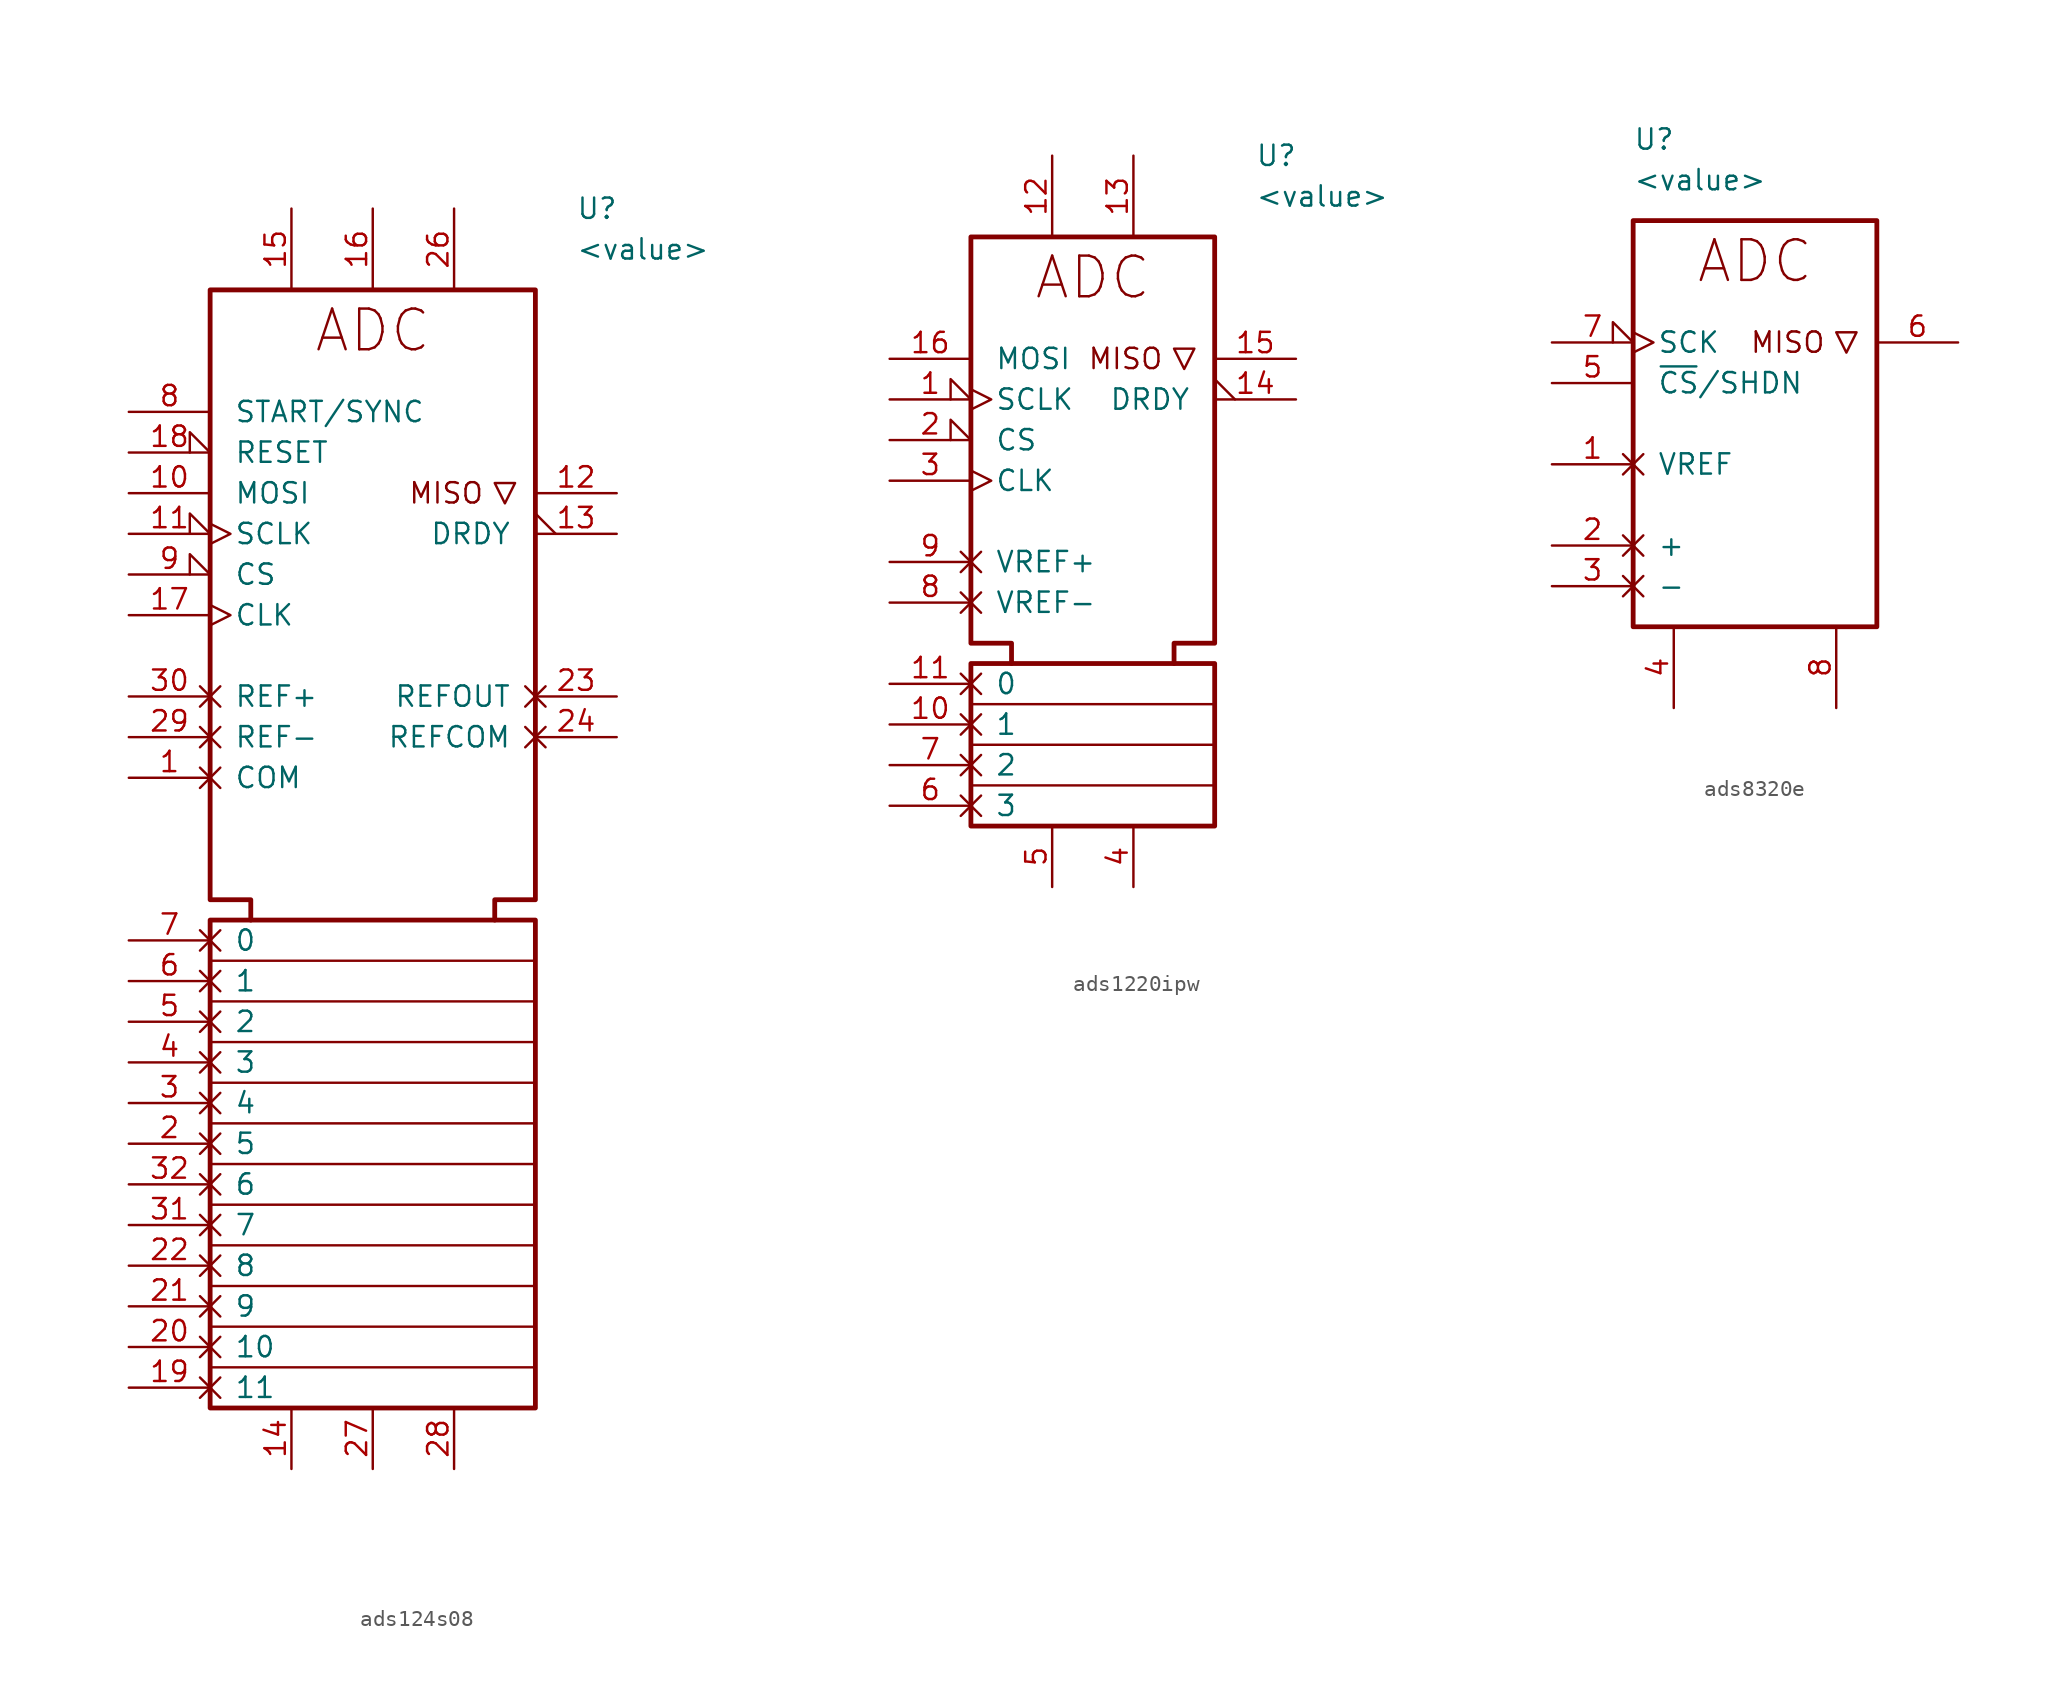
<source format=kicad_sym>
(kicad_symbol_lib
  (version 20231120)
  (generator "kicad_symbol_editor")
  (generator_version "8.0")
  (symbol "ads124s08"
    (pin_names
      (offset 1.5))
    (property "Reference" "U"
      (at 12.7 33.02 0)
      (effects (font (size 1.27 1.27)) (justify left)))
    (property "Value" "<value>"
      (at 12.7 30.48 0)
      (effects (font (size 1.27 1.27)) (justify left)))
    (symbol "ads124s08_0_1"
      (polyline (pts (xy 10.16 -39.37) (xy -10.16 -39.37)) (stroke (width 0) (type default)) (fill (type none)))
      (polyline (pts (xy 10.16 -36.83) (xy -10.16 -36.83)) (stroke (width 0) (type default)) (fill (type none)))
      (polyline (pts (xy 10.16 -34.29) (xy -10.16 -34.29)) (stroke (width 0) (type default)) (fill (type none)))
      (polyline (pts (xy 10.16 -31.75) (xy -10.16 -31.75)) (stroke (width 0) (type default)) (fill (type none)))
      (polyline (pts (xy 10.16 -29.21) (xy -10.16 -29.21)) (stroke (width 0) (type default)) (fill (type none)))
      (polyline (pts (xy 10.16 -26.67) (xy -10.16 -26.67)) (stroke (width 0) (type default)) (fill (type none)))
      (polyline (pts (xy 10.16 -24.13) (xy -10.16 -24.13)) (stroke (width 0) (type default)) (fill (type none)))
      (polyline (pts (xy 10.16 -21.59) (xy -10.16 -21.59)) (stroke (width 0) (type default)) (fill (type none)))
      (polyline (pts (xy 10.16 -19.05) (xy -10.16 -19.05)) (stroke (width 0) (type default)) (fill (type none)))
      (polyline (pts (xy 10.16 -16.51) (xy -10.16 -16.51)) (stroke (width 0) (type default)) (fill (type none)))
      (polyline (pts (xy 10.16 -13.97) (xy -10.16 -13.97)) (stroke (width 0) (type default)) (fill (type none)))
      (polyline (pts (xy 7.62 15.875) (xy 8.89 15.875) (xy 8.255 14.605) (xy 7.62 15.875)) (stroke (width 0) (type default)) (fill (type none))))
    (symbol "ads124s08_1_1"
      (rectangle (start -10.16 -11.43) (end 10.16 -41.91) (stroke (width 0.3) (type default)) (fill (type none)))
      (polyline (pts (xy -7.62 -11.43) (xy -7.62 -10.16) (xy -10.16 -10.16) (xy -10.16 27.94) (xy 10.16 27.94) (xy 10.16 -10.16) (xy 7.62 -10.16) (xy 7.62 -11.43)) (stroke (width 0.3) (type default)) (fill (type none)))
      (text "ADC" (at 0 25.4 0) (effects (font (size 2.54 2.54))))
      (text "MISO" (at 6.985 15.24 0) (effects (font (size 1.27 1.27)) (justify right)))
      (pin input non_logic (at -15.24 -2.54 0) (length 5.08) (name "COM" (effects (font (size 1.27 1.27)))) (number "1" (effects (font (size 1.27 1.27)))))
      (pin input line (at -15.24 15.24 0) (length 5.08) (name "MOSI" (effects (font (size 1.27 1.27)))) (number "10" (effects (font (size 1.27 1.27)))))
      (pin input clock_low (at -15.24 12.7 0) (length 5.08) (name "SCLK" (effects (font (size 1.27 1.27)))) (number "11" (effects (font (size 1.27 1.27)))))
      (pin tri_state line (at 15.24 15.24 180) (length 5.08) (name "" (effects (font (size 1.27 1.27)))) (number "12" (effects (font (size 1.27 1.27)))))
      (pin input output_low (at 15.24 12.7 180) (length 5.08) (name "DRDY" (effects (font (size 1.27 1.27)))) (number "13" (effects (font (size 1.27 1.27)))))
      (pin power_in line (at -5.08 -45.72 90) (length 3.81) (name "" (effects (font (size 1.27 1.27)))) (number "14" (effects (font (size 1.27 1.27)))))
      (pin power_in line (at -5.08 33.02 270) (length 5.08) (name "" (effects (font (size 1.27 1.27)))) (number "15" (effects (font (size 1.27 1.27)))))
      (pin power_in line (at 0 33.02 270) (length 5.08) (name "" (effects (font (size 1.27 1.27)))) (number "16" (effects (font (size 1.27 1.27)))))
      (pin input clock (at -15.24 7.62 0) (length 5.08) (name "CLK" (effects (font (size 1.27 1.27)))) (number "17" (effects (font (size 1.27 1.27)))))
      (pin input input_low (at -15.24 17.78 0) (length 5.08) (name "RESET" (effects (font (size 1.27 1.27)))) (number "18" (effects (font (size 1.27 1.27)))))
      (pin input non_logic (at -15.24 -40.64 0) (length 5.08) (name "11" (effects (font (size 1.27 1.27)))) (number "19" (effects (font (size 1.27 1.27)))))
      (pin input non_logic (at -15.24 -25.4 0) (length 5.08) (name "5" (effects (font (size 1.27 1.27)))) (number "2" (effects (font (size 1.27 1.27)))))
      (pin input non_logic (at -15.24 -38.1 0) (length 5.08) (name "10" (effects (font (size 1.27 1.27)))) (number "20" (effects (font (size 1.27 1.27)))))
      (pin input non_logic (at -15.24 -35.56 0) (length 5.08) (name "9" (effects (font (size 1.27 1.27)))) (number "21" (effects (font (size 1.27 1.27)))))
      (pin input non_logic (at -15.24 -33.02 0) (length 5.08) (name "8" (effects (font (size 1.27 1.27)))) (number "22" (effects (font (size 1.27 1.27)))))
      (pin output non_logic (at 15.24 2.54 180) (length 5.08) (name "REFOUT" (effects (font (size 1.27 1.27)))) (number "23" (effects (font (size 1.27 1.27)))))
      (pin output non_logic (at 15.24 0 180) (length 5.08) (name "REFCOM" (effects (font (size 1.27 1.27)))) (number "24" (effects (font (size 1.27 1.27)))))
      (pin power_in line (at 5.08 33.02 270) (length 5.08) (name "" (effects (font (size 1.27 1.27)))) (number "26" (effects (font (size 1.27 1.27)))))
      (pin power_in line (at 0 -45.72 90) (length 3.81) (name "" (effects (font (size 1.27 1.27)))) (number "27" (effects (font (size 1.27 1.27)))))
      (pin power_in line (at 5.08 -45.72 90) (length 3.81) (name "" (effects (font (size 1.27 1.27)))) (number "28" (effects (font (size 1.27 1.27)))))
      (pin input non_logic (at -15.24 0 0) (length 5.08) (name "REF-" (effects (font (size 1.27 1.27)))) (number "29" (effects (font (size 1.27 1.27)))))
      (pin input non_logic (at -15.24 -22.86 0) (length 5.08) (name "4" (effects (font (size 1.27 1.27)))) (number "3" (effects (font (size 1.27 1.27)))))
      (pin input non_logic (at -15.24 2.54 0) (length 5.08) (name "REF+" (effects (font (size 1.27 1.27)))) (number "30" (effects (font (size 1.27 1.27)))))
      (pin input non_logic (at -15.24 -30.48 0) (length 5.08) (name "7" (effects (font (size 1.27 1.27)))) (number "31" (effects (font (size 1.27 1.27)))))
      (pin input non_logic (at -15.24 -27.94 0) (length 5.08) (name "6" (effects (font (size 1.27 1.27)))) (number "32" (effects (font (size 1.27 1.27)))))
      (pin input non_logic (at -15.24 -20.32 0) (length 5.08) (name "3" (effects (font (size 1.27 1.27)))) (number "4" (effects (font (size 1.27 1.27)))))
      (pin input non_logic (at -15.24 -17.78 0) (length 5.08) (name "2" (effects (font (size 1.27 1.27)))) (number "5" (effects (font (size 1.27 1.27)))))
      (pin input non_logic (at -15.24 -15.24 0) (length 5.08) (name "1" (effects (font (size 1.27 1.27)))) (number "6" (effects (font (size 1.27 1.27)))))
      (pin input non_logic (at -15.24 -12.7 0) (length 5.08) (name "0" (effects (font (size 1.27 1.27)))) (number "7" (effects (font (size 1.27 1.27)))))
      (pin input line (at -15.24 20.32 0) (length 5.08) (name "START/SYNC" (effects (font (size 1.27 1.27)))) (number "8" (effects (font (size 1.27 1.27)))))
      (pin input input_low (at -15.24 10.16 0) (length 5.08) (name "CS" (effects (font (size 1.27 1.27)))) (number "9" (effects (font (size 1.27 1.27)))))))
  (symbol "ads1220ipw"
    (pin_names
      (offset 1.5))
    (property "Reference" "U"
      (at 10.16 20.32 0)
      (effects (font (size 1.27 1.27)) (justify left)))
    (property "Value" "<value>"
      (at 10.16 17.78 0)
      (effects (font (size 1.27 1.27)) (justify left)))
    (symbol "ads1220ipw_0_1"
      (polyline (pts (xy 7.62 -19.05) (xy -7.62 -19.05)) (stroke (width 0) (type default)) (fill (type none)))
      (polyline (pts (xy 7.62 -16.51) (xy -7.62 -16.51)) (stroke (width 0) (type default)) (fill (type none)))
      (polyline (pts (xy 7.62 -13.97) (xy -7.62 -13.97)) (stroke (width 0) (type default)) (fill (type none)))
      (polyline (pts (xy 5.08 8.255) (xy 6.35 8.255) (xy 5.715 6.985) (xy 5.08 8.255)) (stroke (width 0) (type default)) (fill (type none))))
    (symbol "ads1220ipw_1_1"
      (rectangle (start -7.62 -11.43) (end 7.62 -21.59) (stroke (width 0.3) (type default)) (fill (type none)))
      (polyline (pts (xy -5.08 -11.43) (xy -5.08 -10.16) (xy -7.62 -10.16) (xy -7.62 15.24) (xy 7.62 15.24) (xy 7.62 -10.16) (xy 5.08 -10.16) (xy 5.08 -11.43)) (stroke (width 0.3) (type default)) (fill (type none)))
      (text "ADC" (at 0 12.7 0) (effects (font (size 2.54 2.54))))
      (text "MISO" (at 4.445 7.62 0) (effects (font (size 1.27 1.27)) (justify right)))
      (pin input clock_low (at -12.7 5.08 0) (length 5.08) (name "SCLK" (effects (font (size 1.27 1.27)))) (number "1" (effects (font (size 1.27 1.27)))))
      (pin input non_logic (at -12.7 -15.24 0) (length 5.08) (name "1" (effects (font (size 1.27 1.27)))) (number "10" (effects (font (size 1.27 1.27)))))
      (pin input non_logic (at -12.7 -12.7 0) (length 5.08) (name "0" (effects (font (size 1.27 1.27)))) (number "11" (effects (font (size 1.27 1.27)))))
      (pin power_in line (at -2.54 20.32 270) (length 5.08) (name "" (effects (font (size 1.27 1.27)))) (number "12" (effects (font (size 1.27 1.27)))))
      (pin power_in line (at 2.54 20.32 270) (length 5.08) (name "" (effects (font (size 1.27 1.27)))) (number "13" (effects (font (size 1.27 1.27)))))
      (pin output output_low (at 12.7 5.08 180) (length 5.08) (name "DRDY" (effects (font (size 1.27 1.27)))) (number "14" (effects (font (size 1.27 1.27)))))
      (pin tri_state line (at 12.7 7.62 180) (length 5.08) (name "" (effects (font (size 1.27 1.27)))) (number "15" (effects (font (size 1.27 1.27)))))
      (pin input line (at -12.7 7.62 0) (length 5.08) (name "MOSI" (effects (font (size 1.27 1.27)))) (number "16" (effects (font (size 1.27 1.27)))))
      (pin input input_low (at -12.7 2.54 0) (length 5.08) (name "CS" (effects (font (size 1.27 1.27)))) (number "2" (effects (font (size 1.27 1.27)))))
      (pin input clock (at -12.7 0 0) (length 5.08) (name "CLK" (effects (font (size 1.27 1.27)))) (number "3" (effects (font (size 1.27 1.27)))))
      (pin power_in line (at 2.54 -25.4 90) (length 3.81) (name "" (effects (font (size 1.27 1.27)))) (number "4" (effects (font (size 1.27 1.27)))))
      (pin power_in line (at -2.54 -25.4 90) (length 3.81) (name "" (effects (font (size 1.27 1.27)))) (number "5" (effects (font (size 1.27 1.27)))))
      (pin input non_logic (at -12.7 -20.32 0) (length 5.08) (name "3" (effects (font (size 1.27 1.27)))) (number "6" (effects (font (size 1.27 1.27)))))
      (pin input non_logic (at -12.7 -17.78 0) (length 5.08) (name "2" (effects (font (size 1.27 1.27)))) (number "7" (effects (font (size 1.27 1.27)))))
      (pin input non_logic (at -12.7 -7.62 0) (length 5.08) (name "VREF-" (effects (font (size 1.27 1.27)))) (number "8" (effects (font (size 1.27 1.27)))))
      (pin input non_logic (at -12.7 -5.08 0) (length 5.08) (name "VREF+" (effects (font (size 1.27 1.27)))) (number "9" (effects (font (size 1.27 1.27)))))))
  (symbol "ads8320e"
    (pin_names
      (offset 1.5))
    (property "Reference" "U"
      (at -7.62 12.7 0)
      (effects (font (size 1.27 1.27)) (justify left)))
    (property "Value" "<value>"
      (at -7.62 10.16 0)
      (effects (font (size 1.27 1.27)) (justify left)))
    (symbol "ads8320e_0_1"
      (polyline (pts (xy 5.08 0.635) (xy 6.35 0.635) (xy 5.715 -0.635) (xy 5.08 0.635)) (stroke (width 0) (type default)) (fill (type none))))
    (symbol "ads8320e_1_1"
      (rectangle (start -7.62 7.62) (end 7.62 -17.78) (stroke (width 0.3) (type default)) (fill (type none)))
      (text "ADC" (at 0 5.08 0) (effects (font (size 2.54 2.54))))
      (text "MISO" (at 4.445 0 0) (effects (font (size 1.27 1.27)) (justify right)))
      (pin input non_logic (at -12.7 -7.62 0) (length 5.08) (name "VREF" (effects (font (size 1.27 1.27)))) (number "1" (effects (font (size 1.27 1.27)))))
      (pin input non_logic (at -12.7 -12.7 0) (length 5.08) (name "+" (effects (font (size 1.27 1.27)))) (number "2" (effects (font (size 1.27 1.27)))))
      (pin input non_logic (at -12.7 -15.24 0) (length 5.08) (name "-" (effects (font (size 1.27 1.27)))) (number "3" (effects (font (size 1.27 1.27)))))
      (pin power_in line (at -5.08 -22.86 90) (length 5.08) (name "" (effects (font (size 1.27 1.27)))) (number "4" (effects (font (size 1.27 1.27)))))
      (pin input line (at -12.7 -2.54 0) (length 5.08) (name "~{CS}/SHDN" (effects (font (size 1.27 1.27)))) (number "5" (effects (font (size 1.27 1.27)))))
      (pin tri_state line (at 12.7 0 180) (length 5.08) (name "" (effects (font (size 1.27 1.27)))) (number "6" (effects (font (size 1.27 1.27)))))
      (pin input clock_low (at -12.7 0 0) (length 5.08) (name "SCK" (effects (font (size 1.27 1.27)))) (number "7" (effects (font (size 1.27 1.27)))))
      (pin power_in line (at 5.08 -22.86 90) (length 5.08) (name "" (effects (font (size 1.27 1.27)))) (number "8" (effects (font (size 1.27 1.27))))))))
</source>
